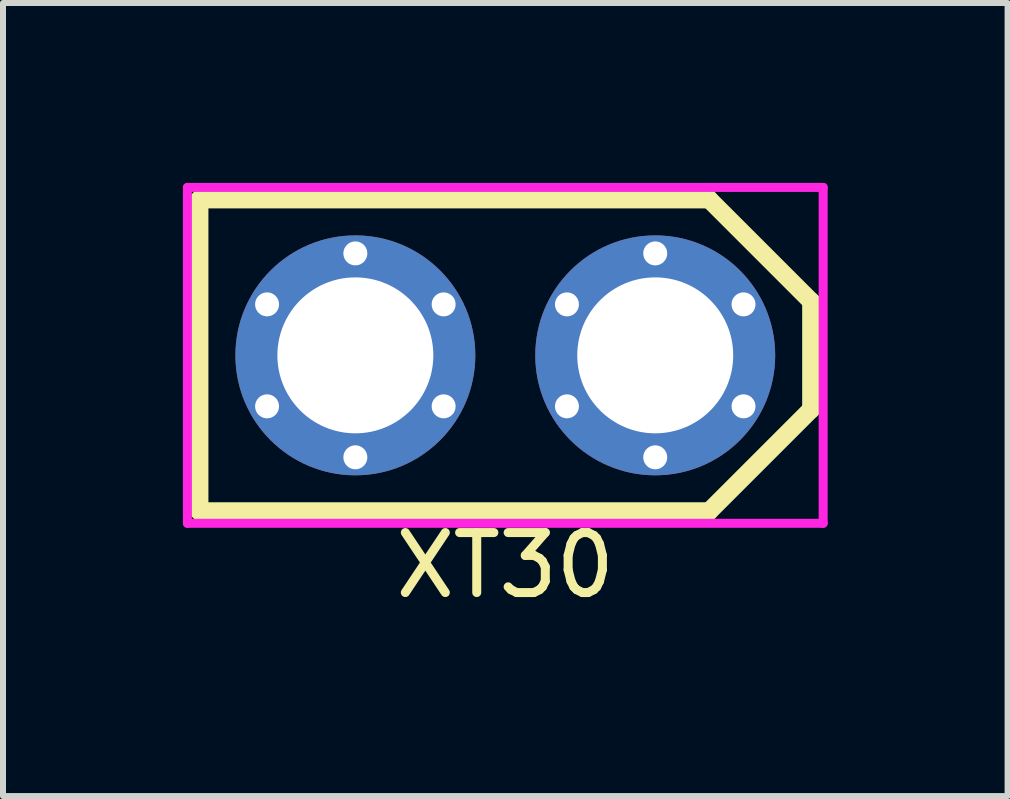
<source format=kicad_pcb>
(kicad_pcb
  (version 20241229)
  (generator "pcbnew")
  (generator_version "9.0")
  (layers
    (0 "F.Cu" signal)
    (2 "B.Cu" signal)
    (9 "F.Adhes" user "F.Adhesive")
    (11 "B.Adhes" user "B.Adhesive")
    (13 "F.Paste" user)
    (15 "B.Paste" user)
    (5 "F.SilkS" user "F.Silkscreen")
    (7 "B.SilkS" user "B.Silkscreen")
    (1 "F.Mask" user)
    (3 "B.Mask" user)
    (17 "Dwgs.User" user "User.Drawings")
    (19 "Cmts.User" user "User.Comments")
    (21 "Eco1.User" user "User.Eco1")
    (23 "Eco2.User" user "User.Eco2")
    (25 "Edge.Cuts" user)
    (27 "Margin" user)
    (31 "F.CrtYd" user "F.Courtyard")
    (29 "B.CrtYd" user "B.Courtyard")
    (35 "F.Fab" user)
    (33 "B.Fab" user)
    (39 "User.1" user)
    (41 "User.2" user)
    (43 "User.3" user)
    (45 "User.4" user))
  (footprint "XT30"
    (layer "F.Cu")
    (at 5.375 2.875)
    (property "Reference" "XT30" (at 0 3.5 0) (layer "F.SilkS") (effects (font (size 1 1) (thickness 0.15))))
    (attr through_hole)
    (fp_line (start -5.1 -2.6) (end -5.1 2.6) (stroke (width 0.3) (type solid)) (layer "F.SilkS"))
    (fp_line (start -5.1 -2.6) (end 3.4 -2.6) (stroke (width 0.3) (type solid)) (layer "F.SilkS"))
    (fp_line (start -5.1 2.6) (end 3.4 2.6) (stroke (width 0.3) (type solid)) (layer "F.SilkS"))
    (fp_line (start 3.4 2.6) (end 5.1 0.9) (stroke (width 0.3) (type solid)) (layer "F.SilkS"))
    (fp_line (start 5.1 -0.9) (end 3.4 -2.6) (stroke (width 0.3) (type solid)) (layer "F.SilkS"))
    (fp_line (start 5.1 0.9) (end 5.1 -0.9) (stroke (width 0.3) (type solid)) (layer "F.SilkS"))
    (fp_line (start -5.3 -2.8) (end -5.3 2.8) (stroke (width 0.15) (type solid)) (layer "F.CrtYd"))
    (fp_line (start -5.3 2.8) (end 5.3 2.8) (stroke (width 0.15) (type solid)) (layer "F.CrtYd"))
    (fp_line (start 5.3 -2.8) (end -5.3 -2.8) (stroke (width 0.15) (type solid)) (layer "F.CrtYd"))
    (fp_line (start 5.3 2.8) (end 5.3 -2.8) (stroke (width 0.15) (type solid)) (layer "F.CrtYd"))
    (pad "1" thru_hole circle (at -3.972 -0.85 60) (size 0.5 0.5) (drill 0.4) (layers "*.Cu" "*.Mask"))
    (pad "1" thru_hole circle (at -3.972 0.85 120) (size 0.5 0.5) (drill 0.4) (layers "*.Cu" "*.Mask"))
    (pad "1" thru_hole circle (at -2.5 -1.7) (size 0.5 0.5) (drill 0.4) (layers "*.Cu" "*.Mask"))
    (pad "1" thru_hole circle (at -2.5 0) (size 4 4) (drill 2.6) (layers "*.Cu" "*.Mask"))
    (pad "1" thru_hole circle (at -2.5 1.7 180) (size 0.5 0.5) (drill 0.4) (layers "*.Cu" "*.Mask"))
    (pad "1" thru_hole circle (at -1.028 -0.85 300) (size 0.5 0.5) (drill 0.4) (layers "*.Cu" "*.Mask"))
    (pad "1" thru_hole circle (at -1.028 0.85 240) (size 0.5 0.5) (drill 0.4) (layers "*.Cu" "*.Mask"))
    (pad "2" thru_hole circle (at 1.028 -0.85 60) (size 0.5 0.5) (drill 0.4) (layers "*.Cu" "*.Mask"))
    (pad "2" thru_hole circle (at 1.028 0.85 120) (size 0.5 0.5) (drill 0.4) (layers "*.Cu" "*.Mask"))
    (pad "2" thru_hole circle (at 2.5 -1.7) (size 0.5 0.5) (drill 0.4) (layers "*.Cu" "*.Mask"))
    (pad "2" thru_hole circle (at 2.5 0) (size 4 4) (drill 2.6) (layers "*.Cu" "*.Mask"))
    (pad "2" thru_hole circle (at 2.5 1.7 180) (size 0.5 0.5) (drill 0.4) (layers "*.Cu" "*.Mask"))
    (pad "2" thru_hole circle (at 3.972 -0.85 300) (size 0.5 0.5) (drill 0.4) (layers "*.Cu" "*.Mask"))
    (pad "2" thru_hole circle (at 3.972 0.85 240) (size 0.5 0.5) (drill 0.4) (layers "*.Cu" "*.Mask")))
  (gr_rect
    (start -3 -3)
    (end 13.75 10.223)
    (stroke (width 0.1) (type default))
    (fill no)
    (layer "Edge.Cuts")))
</source>
